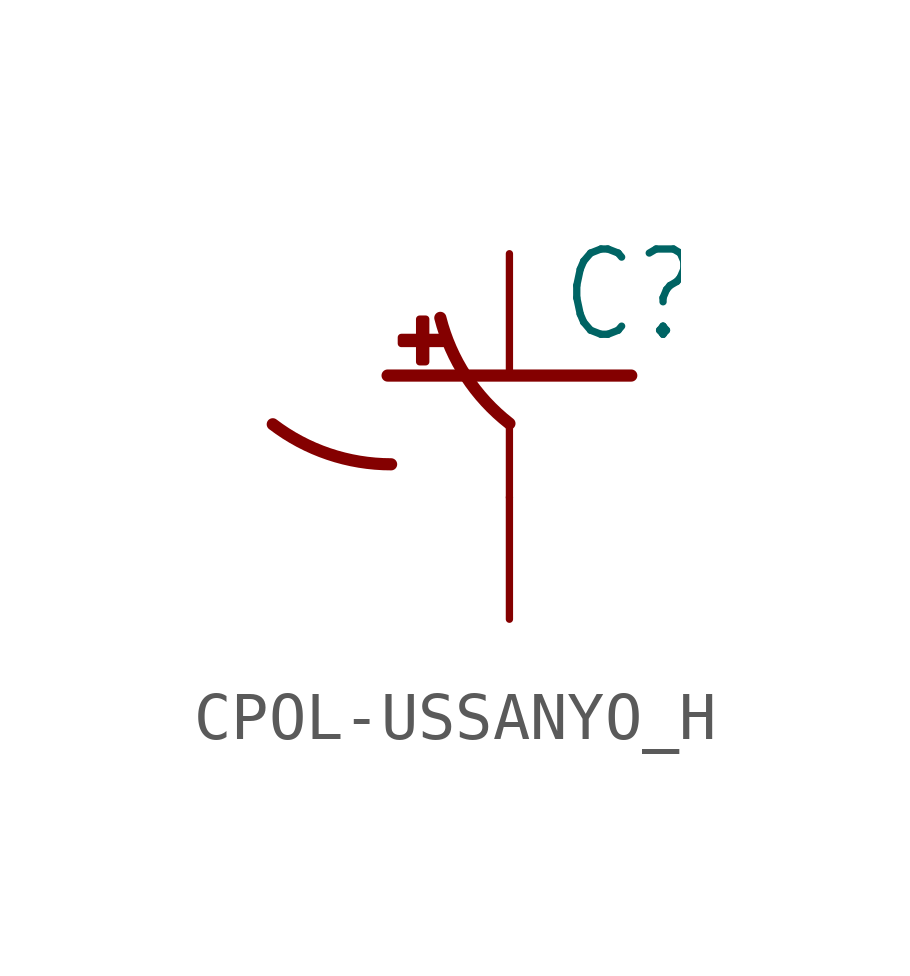
<source format=kicad_sym>
(kicad_symbol_lib
  (version 20241209)
  (generator "kicad_symbol_editor")
  (generator_version "9.0")
  (symbol "CPOL-USSANYO_H"
    (property "Reference" "C"
      (at 1.016 0.635 0)
      (effects (font (size 1.778 1.511)) (justify left bottom)))
    (property "Value" ""
      (at 1.016 -4.191 0)
      (effects (font (size 1.778 1.511)) (justify left bottom)))
    (property "ki_locked" ""
      (at 0 0 0)
      (effects (font (size 1.27 1.27))))
    (symbol "CPOL-USSANYO_H_1_0"
      (polyline (pts (xy -2.54 0) (xy 2.54 0)) (stroke (width 0.254) (type solid)) (fill (type none)))
      (arc (start -2.4669 -1.8504) (mid -3.7689 -1.6361) (end -4.9337 -1.0159) (stroke (width 0.254) (type solid)) (fill (type none)))
      (rectangle (start -2.253 0.668) (end -1.364 0.795) (stroke (width 0) (type default)) (fill (type outline)))
      (rectangle (start -1.872 0.287) (end -1.745 1.176) (stroke (width 0) (type default)) (fill (type outline)))
      (polyline (pts (xy 0 -1.016) (xy 0 -2.54)) (stroke (width 0.152) (type solid)) (fill (type none)))
      (arc (start 0 -1) (mid -0.9038 -0.0189) (end -1.4403 1.2025) (stroke (width 0.254) (type solid)) (fill (type none)))
      (pin passive line (at 0 2.54 270) (length 2.54) (name "+" (effects (font (size 0 0)))) (number "+" (effects (font (size 0 0)))))
      (pin passive line (at 0 -5.08 90) (length 2.54) (name "-" (effects (font (size 0 0)))) (number "-" (effects (font (size 0 0))))))))
</source>
